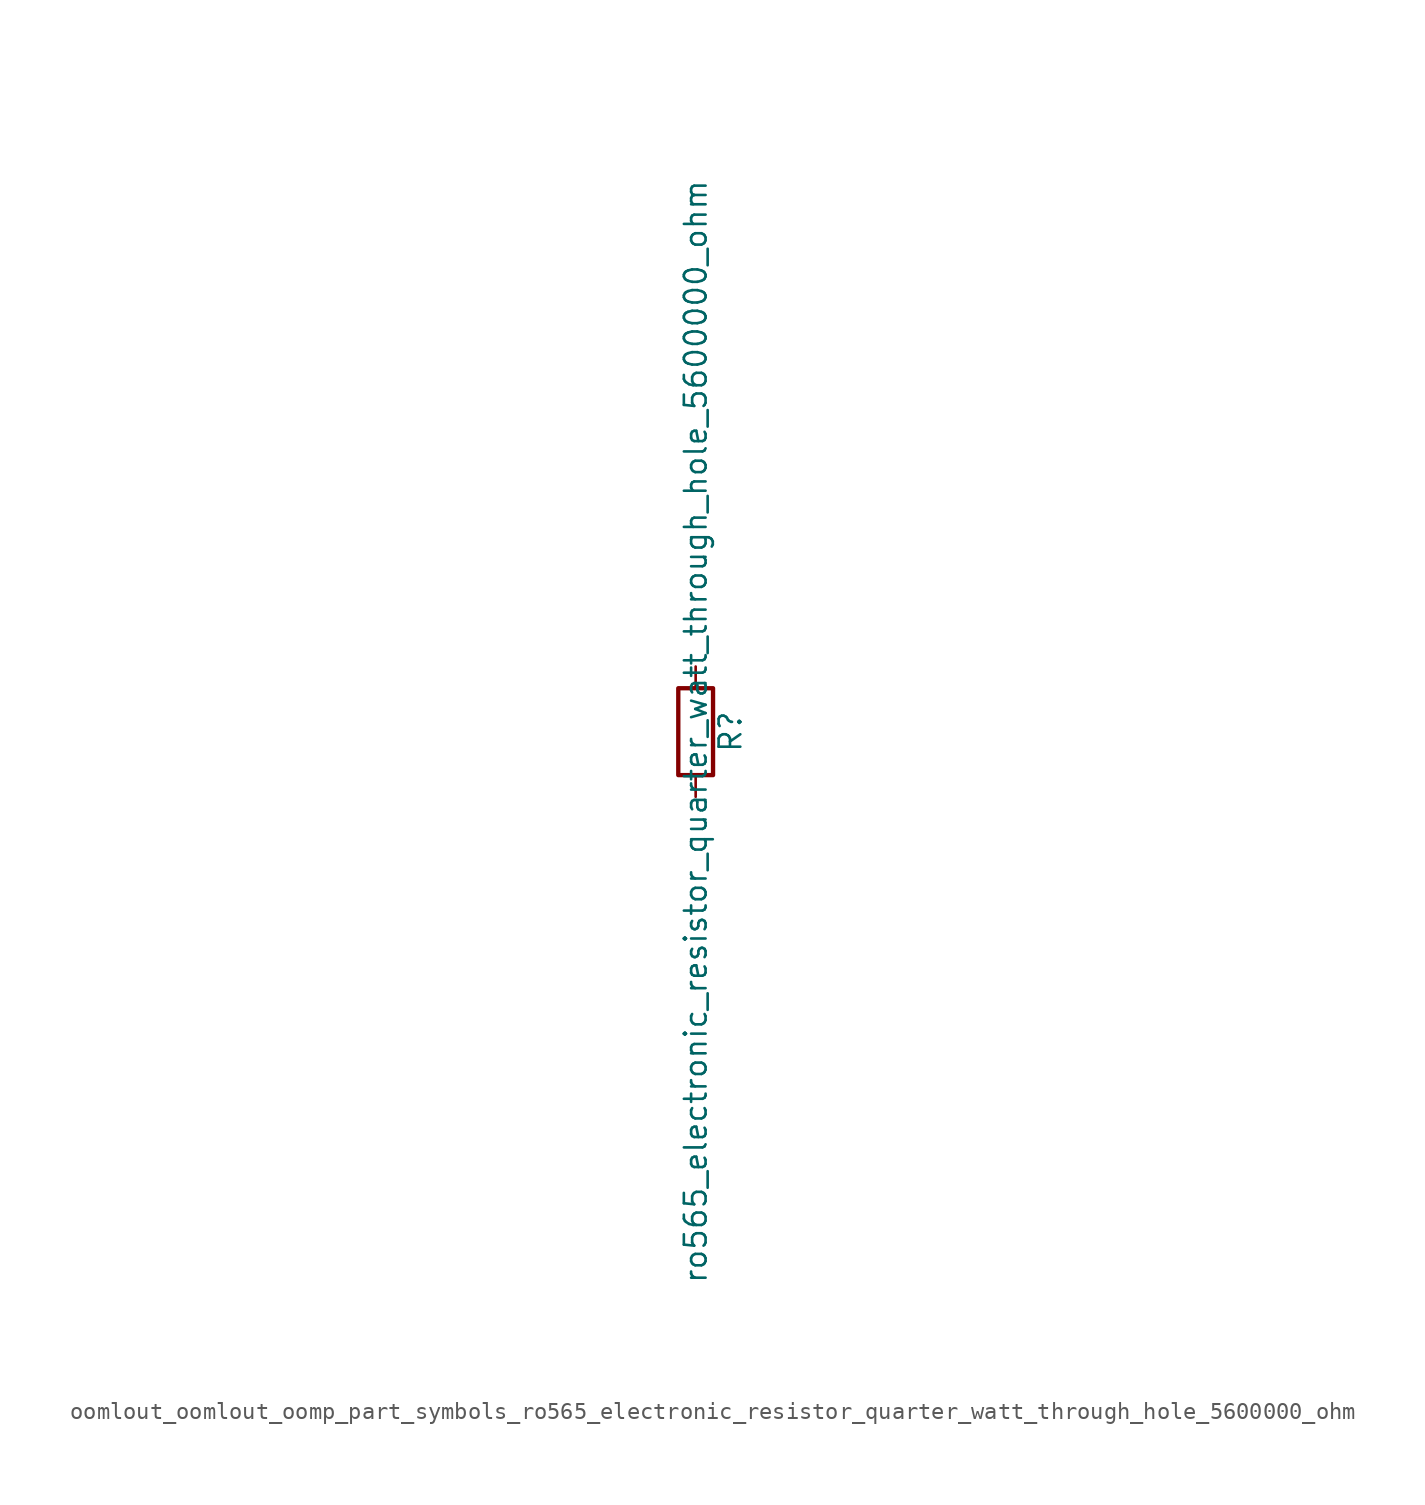
<source format=kicad_sym>
(kicad_symbol_lib
  (version 20220914)
  (generator kicad_symbol_editor)
  (symbol "oomlout_oomlout_oomp_part_symbols_ro565_electronic_resistor_quarter_watt_through_hole_5600000_ohm"
    (pin_numbers hide)
    (pin_names
      (offset 0))
    (property "Reference" "R"
      (at 2.032 0 90)
      (effects (font (size 1.27 1.27))))
    (property "Value" "ro565_electronic_resistor_quarter_watt_through_hole_5600000_ohm"
      (at 0 0 90)
      (effects (font (size 1.27 1.27))))
    (symbol "oomlout_oomlout_oomp_part_symbols_ro565_electronic_resistor_quarter_watt_through_hole_5600000_ohm_0_1"
      (rectangle (start -1.016 -2.54) (end 1.016 2.54) (stroke (width 0.254) (type default)) (fill (type none))))
    (symbol "oomlout_oomlout_oomp_part_symbols_ro565_electronic_resistor_quarter_watt_through_hole_5600000_ohm_1_1"
      (pin passive line (at 0 3.81 270) (length 1.27) (name "~" (effects (font (size 1.27 1.27)))) (number "1" (effects (font (size 1.27 1.27)))))
      (pin passive line (at 0 -3.81 90) (length 1.27) (name "~" (effects (font (size 1.27 1.27)))) (number "2" (effects (font (size 1.27 1.27))))))))
</source>
